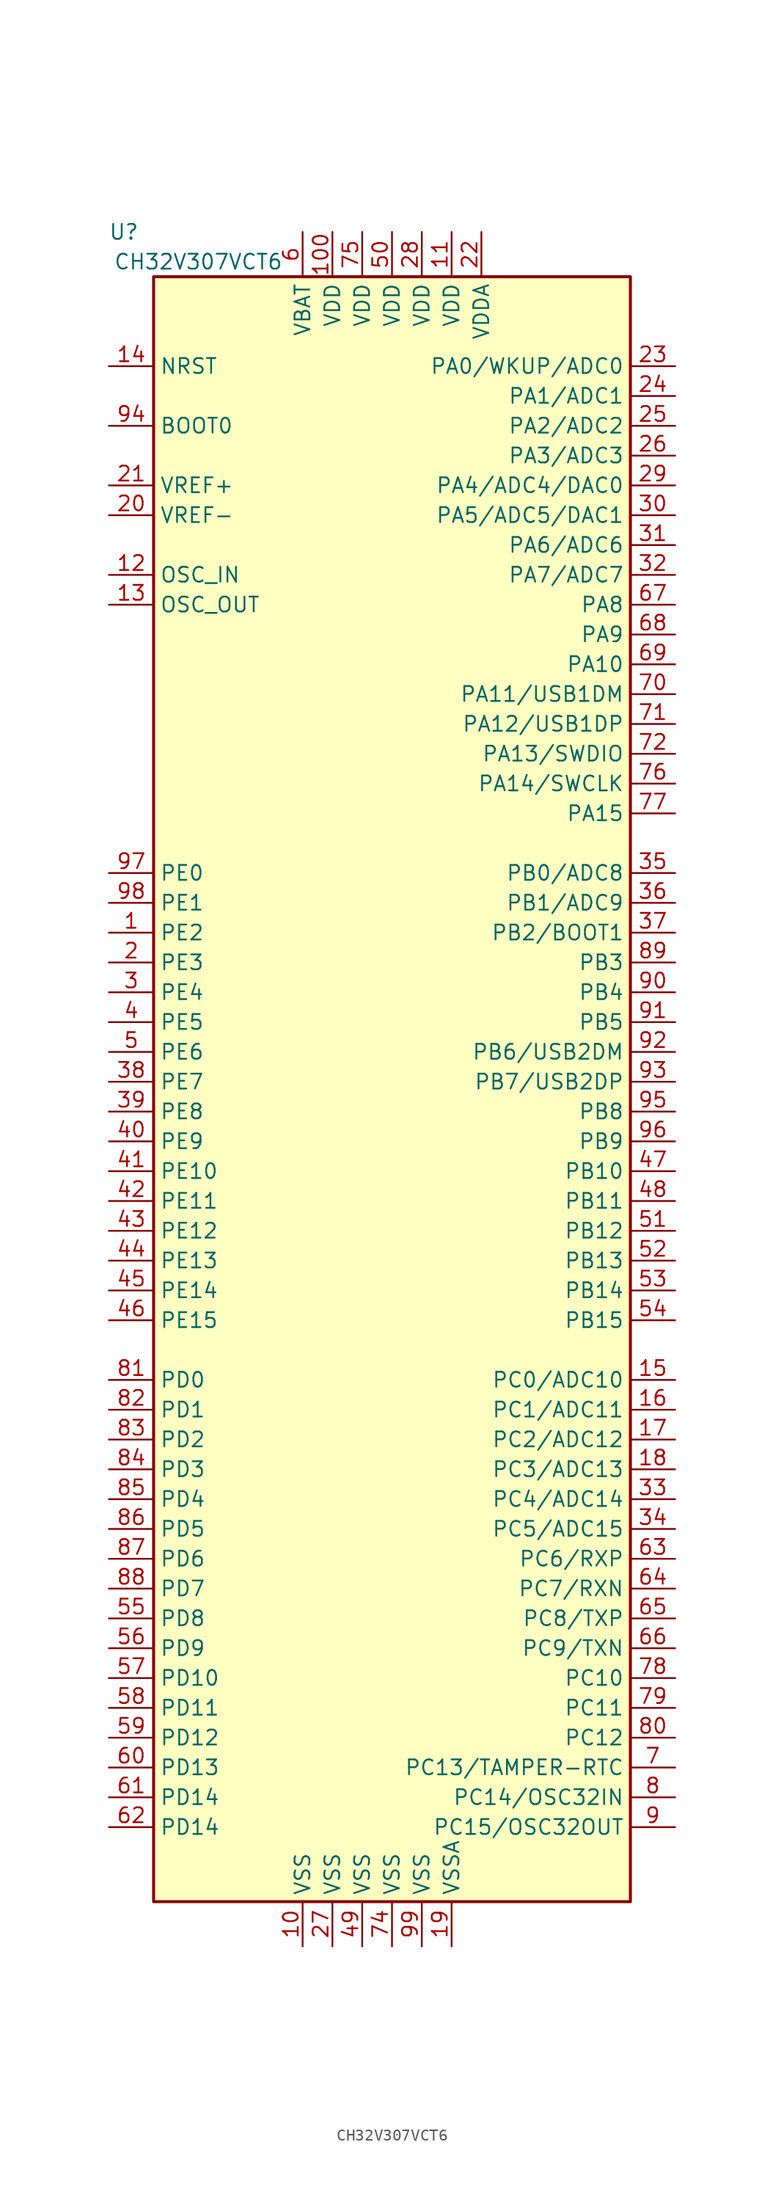
<source format=kicad_sym>
(kicad_symbol_lib
  (version 20241209)
  (generator "kicad_symbol_editor")
  (generator_version "9.0")
  (symbol "CH32V307VCT6"
    (property "Reference" "U"
      (at 1.27 11.43 0)
      (effects (font (size 1.27 1.27))))
    (property "Value" "CH32V307VCT6"
      (at 7.62 8.89 0)
      (effects (font (size 1.27 1.27))))
    (symbol "CH32V307VCT6_0_1"
      (rectangle (start 3.81 7.62) (end 44.45 -130.81) (stroke (width 0.254) (type default)) (fill (type background))))
    (symbol "CH32V307VCT6_1_1"
      (pin bidirectional line (at 0 0 0) (length 3.81) (name "NRST" (effects (font (size 1.27 1.27)))) (number "14" (effects (font (size 1.27 1.27)))))
      (pin bidirectional line (at 0 -5.08 0) (length 3.81) (name "BOOT0" (effects (font (size 1.27 1.27)))) (number "94" (effects (font (size 1.27 1.27)))))
      (pin power_in line (at 0 -10.16 0) (length 3.81) (name "VREF+" (effects (font (size 1.27 1.27)))) (number "21" (effects (font (size 1.27 1.27)))))
      (pin power_in line (at 0 -12.7 0) (length 3.81) (name "VREF-" (effects (font (size 1.27 1.27)))) (number "20" (effects (font (size 1.27 1.27)))))
      (pin bidirectional line (at 0 -17.78 0) (length 3.81) (name "OSC_IN" (effects (font (size 1.27 1.27)))) (number "12" (effects (font (size 1.27 1.27)))))
      (pin bidirectional line (at 0 -20.32 0) (length 3.81) (name "OSC_OUT" (effects (font (size 1.27 1.27)))) (number "13" (effects (font (size 1.27 1.27)))))
      (pin no_connect line (at 0 -38.1 0) (length 3.81) (hide yes) (name "NC" (effects (font (size 1.27 1.27)))) (number "73" (effects (font (size 1.27 1.27)))))
      (pin bidirectional line (at 0 -43.18 0) (length 3.81) (name "PE0" (effects (font (size 1.27 1.27)))) (number "97" (effects (font (size 1.27 1.27)))))
      (pin bidirectional line (at 0 -45.72 0) (length 3.81) (name "PE1" (effects (font (size 1.27 1.27)))) (number "98" (effects (font (size 1.27 1.27)))))
      (pin bidirectional line (at 0 -48.26 0) (length 3.81) (name "PE2" (effects (font (size 1.27 1.27)))) (number "1" (effects (font (size 1.27 1.27)))))
      (pin bidirectional line (at 0 -50.8 0) (length 3.81) (name "PE3" (effects (font (size 1.27 1.27)))) (number "2" (effects (font (size 1.27 1.27)))))
      (pin bidirectional line (at 0 -53.34 0) (length 3.81) (name "PE4" (effects (font (size 1.27 1.27)))) (number "3" (effects (font (size 1.27 1.27)))))
      (pin bidirectional line (at 0 -55.88 0) (length 3.81) (name "PE5" (effects (font (size 1.27 1.27)))) (number "4" (effects (font (size 1.27 1.27)))))
      (pin bidirectional line (at 0 -58.42 0) (length 3.81) (name "PE6" (effects (font (size 1.27 1.27)))) (number "5" (effects (font (size 1.27 1.27)))))
      (pin bidirectional line (at 0 -60.96 0) (length 3.81) (name "PE7" (effects (font (size 1.27 1.27)))) (number "38" (effects (font (size 1.27 1.27)))))
      (pin bidirectional line (at 0 -63.5 0) (length 3.81) (name "PE8" (effects (font (size 1.27 1.27)))) (number "39" (effects (font (size 1.27 1.27)))))
      (pin bidirectional line (at 0 -66.04 0) (length 3.81) (name "PE9" (effects (font (size 1.27 1.27)))) (number "40" (effects (font (size 1.27 1.27)))))
      (pin bidirectional line (at 0 -68.58 0) (length 3.81) (name "PE10" (effects (font (size 1.27 1.27)))) (number "41" (effects (font (size 1.27 1.27)))))
      (pin bidirectional line (at 0 -71.12 0) (length 3.81) (name "PE11" (effects (font (size 1.27 1.27)))) (number "42" (effects (font (size 1.27 1.27)))))
      (pin bidirectional line (at 0 -73.66 0) (length 3.81) (name "PE12" (effects (font (size 1.27 1.27)))) (number "43" (effects (font (size 1.27 1.27)))))
      (pin bidirectional line (at 0 -76.2 0) (length 3.81) (name "PE13" (effects (font (size 1.27 1.27)))) (number "44" (effects (font (size 1.27 1.27)))))
      (pin bidirectional line (at 0 -78.74 0) (length 3.81) (name "PE14" (effects (font (size 1.27 1.27)))) (number "45" (effects (font (size 1.27 1.27)))))
      (pin bidirectional line (at 0 -81.28 0) (length 3.81) (name "PE15" (effects (font (size 1.27 1.27)))) (number "46" (effects (font (size 1.27 1.27)))))
      (pin bidirectional line (at 0 -86.36 0) (length 3.81) (name "PD0" (effects (font (size 1.27 1.27)))) (number "81" (effects (font (size 1.27 1.27)))))
      (pin bidirectional line (at 0 -88.9 0) (length 3.81) (name "PD1" (effects (font (size 1.27 1.27)))) (number "82" (effects (font (size 1.27 1.27)))))
      (pin bidirectional line (at 0 -91.44 0) (length 3.81) (name "PD2" (effects (font (size 1.27 1.27)))) (number "83" (effects (font (size 1.27 1.27)))))
      (pin bidirectional line (at 0 -93.98 0) (length 3.81) (name "PD3" (effects (font (size 1.27 1.27)))) (number "84" (effects (font (size 1.27 1.27)))))
      (pin bidirectional line (at 0 -96.52 0) (length 3.81) (name "PD4" (effects (font (size 1.27 1.27)))) (number "85" (effects (font (size 1.27 1.27)))))
      (pin bidirectional line (at 0 -99.06 0) (length 3.81) (name "PD5" (effects (font (size 1.27 1.27)))) (number "86" (effects (font (size 1.27 1.27)))))
      (pin bidirectional line (at 0 -101.6 0) (length 3.81) (name "PD6" (effects (font (size 1.27 1.27)))) (number "87" (effects (font (size 1.27 1.27)))))
      (pin bidirectional line (at 0 -104.14 0) (length 3.81) (name "PD7" (effects (font (size 1.27 1.27)))) (number "88" (effects (font (size 1.27 1.27)))))
      (pin bidirectional line (at 0 -106.68 0) (length 3.81) (name "PD8" (effects (font (size 1.27 1.27)))) (number "55" (effects (font (size 1.27 1.27)))))
      (pin bidirectional line (at 0 -109.22 0) (length 3.81) (name "PD9" (effects (font (size 1.27 1.27)))) (number "56" (effects (font (size 1.27 1.27)))))
      (pin bidirectional line (at 0 -111.76 0) (length 3.81) (name "PD10" (effects (font (size 1.27 1.27)))) (number "57" (effects (font (size 1.27 1.27)))))
      (pin bidirectional line (at 0 -114.3 0) (length 3.81) (name "PD11" (effects (font (size 1.27 1.27)))) (number "58" (effects (font (size 1.27 1.27)))))
      (pin bidirectional line (at 0 -116.84 0) (length 3.81) (name "PD12" (effects (font (size 1.27 1.27)))) (number "59" (effects (font (size 1.27 1.27)))))
      (pin bidirectional line (at 0 -119.38 0) (length 3.81) (name "PD13" (effects (font (size 1.27 1.27)))) (number "60" (effects (font (size 1.27 1.27)))))
      (pin bidirectional line (at 0 -121.92 0) (length 3.81) (name "PD14" (effects (font (size 1.27 1.27)))) (number "61" (effects (font (size 1.27 1.27)))))
      (pin bidirectional line (at 0 -124.46 0) (length 3.81) (name "PD14" (effects (font (size 1.27 1.27)))) (number "62" (effects (font (size 1.27 1.27)))))
      (pin power_in line (at 16.51 11.43 270) (length 3.81) (name "VBAT" (effects (font (size 1.27 1.27)))) (number "6" (effects (font (size 1.27 1.27)))))
      (pin power_in line (at 16.51 -134.62 90) (length 3.81) (name "VSS" (effects (font (size 1.27 1.27)))) (number "10" (effects (font (size 1.27 1.27)))))
      (pin power_in line (at 19.05 11.43 270) (length 3.81) (name "VDD" (effects (font (size 1.27 1.27)))) (number "100" (effects (font (size 1.27 1.27)))))
      (pin power_in line (at 19.05 -134.62 90) (length 3.81) (name "VSS" (effects (font (size 1.27 1.27)))) (number "27" (effects (font (size 1.27 1.27)))))
      (pin power_in line (at 21.59 11.43 270) (length 3.81) (name "VDD" (effects (font (size 1.27 1.27)))) (number "75" (effects (font (size 1.27 1.27)))))
      (pin power_in line (at 21.59 -134.62 90) (length 3.81) (name "VSS" (effects (font (size 1.27 1.27)))) (number "49" (effects (font (size 1.27 1.27)))))
      (pin power_in line (at 24.13 11.43 270) (length 3.81) (name "VDD" (effects (font (size 1.27 1.27)))) (number "50" (effects (font (size 1.27 1.27)))))
      (pin power_in line (at 24.13 -134.62 90) (length 3.81) (name "VSS" (effects (font (size 1.27 1.27)))) (number "74" (effects (font (size 1.27 1.27)))))
      (pin power_in line (at 26.67 11.43 270) (length 3.81) (name "VDD" (effects (font (size 1.27 1.27)))) (number "28" (effects (font (size 1.27 1.27)))))
      (pin power_in line (at 26.67 -134.62 90) (length 3.81) (name "VSS" (effects (font (size 1.27 1.27)))) (number "99" (effects (font (size 1.27 1.27)))))
      (pin power_in line (at 29.21 11.43 270) (length 3.81) (name "VDD" (effects (font (size 1.27 1.27)))) (number "11" (effects (font (size 1.27 1.27)))))
      (pin power_in line (at 29.21 -134.62 90) (length 3.81) (name "VSSA" (effects (font (size 1.27 1.27)))) (number "19" (effects (font (size 1.27 1.27)))))
      (pin power_in line (at 31.75 11.43 270) (length 3.81) (name "VDDA" (effects (font (size 1.27 1.27)))) (number "22" (effects (font (size 1.27 1.27)))))
      (pin bidirectional line (at 48.26 0 180) (length 3.81) (name "PA0/WKUP/ADC0" (effects (font (size 1.27 1.27)))) (number "23" (effects (font (size 1.27 1.27)))))
      (pin bidirectional line (at 48.26 -2.54 180) (length 3.81) (name "PA1/ADC1" (effects (font (size 1.27 1.27)))) (number "24" (effects (font (size 1.27 1.27)))))
      (pin bidirectional line (at 48.26 -5.08 180) (length 3.81) (name "PA2/ADC2" (effects (font (size 1.27 1.27)))) (number "25" (effects (font (size 1.27 1.27)))))
      (pin bidirectional line (at 48.26 -7.62 180) (length 3.81) (name "PA3/ADC3" (effects (font (size 1.27 1.27)))) (number "26" (effects (font (size 1.27 1.27)))))
      (pin bidirectional line (at 48.26 -10.16 180) (length 3.81) (name "PA4/ADC4/DAC0" (effects (font (size 1.27 1.27)))) (number "29" (effects (font (size 1.27 1.27)))))
      (pin bidirectional line (at 48.26 -12.7 180) (length 3.81) (name "PA5/ADC5/DAC1" (effects (font (size 1.27 1.27)))) (number "30" (effects (font (size 1.27 1.27)))))
      (pin bidirectional line (at 48.26 -15.24 180) (length 3.81) (name "PA6/ADC6" (effects (font (size 1.27 1.27)))) (number "31" (effects (font (size 1.27 1.27)))))
      (pin bidirectional line (at 48.26 -17.78 180) (length 3.81) (name "PA7/ADC7" (effects (font (size 1.27 1.27)))) (number "32" (effects (font (size 1.27 1.27)))))
      (pin bidirectional line (at 48.26 -20.32 180) (length 3.81) (name "PA8" (effects (font (size 1.27 1.27)))) (number "67" (effects (font (size 1.27 1.27)))))
      (pin bidirectional line (at 48.26 -22.86 180) (length 3.81) (name "PA9" (effects (font (size 1.27 1.27)))) (number "68" (effects (font (size 1.27 1.27)))))
      (pin bidirectional line (at 48.26 -25.4 180) (length 3.81) (name "PA10" (effects (font (size 1.27 1.27)))) (number "69" (effects (font (size 1.27 1.27)))))
      (pin bidirectional line (at 48.26 -27.94 180) (length 3.81) (name "PA11/USB1DM" (effects (font (size 1.27 1.27)))) (number "70" (effects (font (size 1.27 1.27)))))
      (pin bidirectional line (at 48.26 -30.48 180) (length 3.81) (name "PA12/USB1DP" (effects (font (size 1.27 1.27)))) (number "71" (effects (font (size 1.27 1.27)))))
      (pin bidirectional line (at 48.26 -33.02 180) (length 3.81) (name "PA13/SWDIO" (effects (font (size 1.27 1.27)))) (number "72" (effects (font (size 1.27 1.27)))))
      (pin bidirectional line (at 48.26 -35.56 180) (length 3.81) (name "PA14/SWCLK" (effects (font (size 1.27 1.27)))) (number "76" (effects (font (size 1.27 1.27)))))
      (pin bidirectional line (at 48.26 -38.1 180) (length 3.81) (name "PA15" (effects (font (size 1.27 1.27)))) (number "77" (effects (font (size 1.27 1.27)))))
      (pin bidirectional line (at 48.26 -43.18 180) (length 3.81) (name "PB0/ADC8" (effects (font (size 1.27 1.27)))) (number "35" (effects (font (size 1.27 1.27)))))
      (pin bidirectional line (at 48.26 -45.72 180) (length 3.81) (name "PB1/ADC9" (effects (font (size 1.27 1.27)))) (number "36" (effects (font (size 1.27 1.27)))))
      (pin bidirectional line (at 48.26 -48.26 180) (length 3.81) (name "PB2/BOOT1" (effects (font (size 1.27 1.27)))) (number "37" (effects (font (size 1.27 1.27)))))
      (pin bidirectional line (at 48.26 -50.8 180) (length 3.81) (name "PB3" (effects (font (size 1.27 1.27)))) (number "89" (effects (font (size 1.27 1.27)))))
      (pin bidirectional line (at 48.26 -53.34 180) (length 3.81) (name "PB4" (effects (font (size 1.27 1.27)))) (number "90" (effects (font (size 1.27 1.27)))))
      (pin bidirectional line (at 48.26 -55.88 180) (length 3.81) (name "PB5" (effects (font (size 1.27 1.27)))) (number "91" (effects (font (size 1.27 1.27)))))
      (pin bidirectional line (at 48.26 -58.42 180) (length 3.81) (name "PB6/USB2DM" (effects (font (size 1.27 1.27)))) (number "92" (effects (font (size 1.27 1.27)))))
      (pin bidirectional line (at 48.26 -60.96 180) (length 3.81) (name "PB7/USB2DP" (effects (font (size 1.27 1.27)))) (number "93" (effects (font (size 1.27 1.27)))))
      (pin bidirectional line (at 48.26 -63.5 180) (length 3.81) (name "PB8" (effects (font (size 1.27 1.27)))) (number "95" (effects (font (size 1.27 1.27)))))
      (pin bidirectional line (at 48.26 -66.04 180) (length 3.81) (name "PB9" (effects (font (size 1.27 1.27)))) (number "96" (effects (font (size 1.27 1.27)))))
      (pin bidirectional line (at 48.26 -68.58 180) (length 3.81) (name "PB10" (effects (font (size 1.27 1.27)))) (number "47" (effects (font (size 1.27 1.27)))))
      (pin bidirectional line (at 48.26 -71.12 180) (length 3.81) (name "PB11" (effects (font (size 1.27 1.27)))) (number "48" (effects (font (size 1.27 1.27)))))
      (pin bidirectional line (at 48.26 -73.66 180) (length 3.81) (name "PB12" (effects (font (size 1.27 1.27)))) (number "51" (effects (font (size 1.27 1.27)))))
      (pin bidirectional line (at 48.26 -76.2 180) (length 3.81) (name "PB13" (effects (font (size 1.27 1.27)))) (number "52" (effects (font (size 1.27 1.27)))))
      (pin bidirectional line (at 48.26 -78.74 180) (length 3.81) (name "PB14" (effects (font (size 1.27 1.27)))) (number "53" (effects (font (size 1.27 1.27)))))
      (pin bidirectional line (at 48.26 -81.28 180) (length 3.81) (name "PB15" (effects (font (size 1.27 1.27)))) (number "54" (effects (font (size 1.27 1.27)))))
      (pin bidirectional line (at 48.26 -86.36 180) (length 3.81) (name "PC0/ADC10" (effects (font (size 1.27 1.27)))) (number "15" (effects (font (size 1.27 1.27)))))
      (pin bidirectional line (at 48.26 -88.9 180) (length 3.81) (name "PC1/ADC11" (effects (font (size 1.27 1.27)))) (number "16" (effects (font (size 1.27 1.27)))))
      (pin bidirectional line (at 48.26 -91.44 180) (length 3.81) (name "PC2/ADC12" (effects (font (size 1.27 1.27)))) (number "17" (effects (font (size 1.27 1.27)))))
      (pin bidirectional line (at 48.26 -93.98 180) (length 3.81) (name "PC3/ADC13" (effects (font (size 1.27 1.27)))) (number "18" (effects (font (size 1.27 1.27)))))
      (pin bidirectional line (at 48.26 -96.52 180) (length 3.81) (name "PC4/ADC14" (effects (font (size 1.27 1.27)))) (number "33" (effects (font (size 1.27 1.27)))))
      (pin bidirectional line (at 48.26 -99.06 180) (length 3.81) (name "PC5/ADC15" (effects (font (size 1.27 1.27)))) (number "34" (effects (font (size 1.27 1.27)))))
      (pin bidirectional line (at 48.26 -101.6 180) (length 3.81) (name "PC6/RXP" (effects (font (size 1.27 1.27)))) (number "63" (effects (font (size 1.27 1.27)))))
      (pin bidirectional line (at 48.26 -104.14 180) (length 3.81) (name "PC7/RXN" (effects (font (size 1.27 1.27)))) (number "64" (effects (font (size 1.27 1.27)))))
      (pin bidirectional line (at 48.26 -106.68 180) (length 3.81) (name "PC8/TXP" (effects (font (size 1.27 1.27)))) (number "65" (effects (font (size 1.27 1.27)))))
      (pin bidirectional line (at 48.26 -109.22 180) (length 3.81) (name "PC9/TXN" (effects (font (size 1.27 1.27)))) (number "66" (effects (font (size 1.27 1.27)))))
      (pin bidirectional line (at 48.26 -111.76 180) (length 3.81) (name "PC10" (effects (font (size 1.27 1.27)))) (number "78" (effects (font (size 1.27 1.27)))))
      (pin bidirectional line (at 48.26 -114.3 180) (length 3.81) (name "PC11" (effects (font (size 1.27 1.27)))) (number "79" (effects (font (size 1.27 1.27)))))
      (pin bidirectional line (at 48.26 -116.84 180) (length 3.81) (name "PC12" (effects (font (size 1.27 1.27)))) (number "80" (effects (font (size 1.27 1.27)))))
      (pin bidirectional line (at 48.26 -119.38 180) (length 3.81) (name "PC13/TAMPER-RTC" (effects (font (size 1.27 1.27)))) (number "7" (effects (font (size 1.27 1.27)))))
      (pin bidirectional line (at 48.26 -121.92 180) (length 3.81) (name "PC14/OSC32IN" (effects (font (size 1.27 1.27)))) (number "8" (effects (font (size 1.27 1.27)))))
      (pin bidirectional line (at 48.26 -124.46 180) (length 3.81) (name "PC15/OSC32OUT" (effects (font (size 1.27 1.27)))) (number "9" (effects (font (size 1.27 1.27))))))))
</source>
